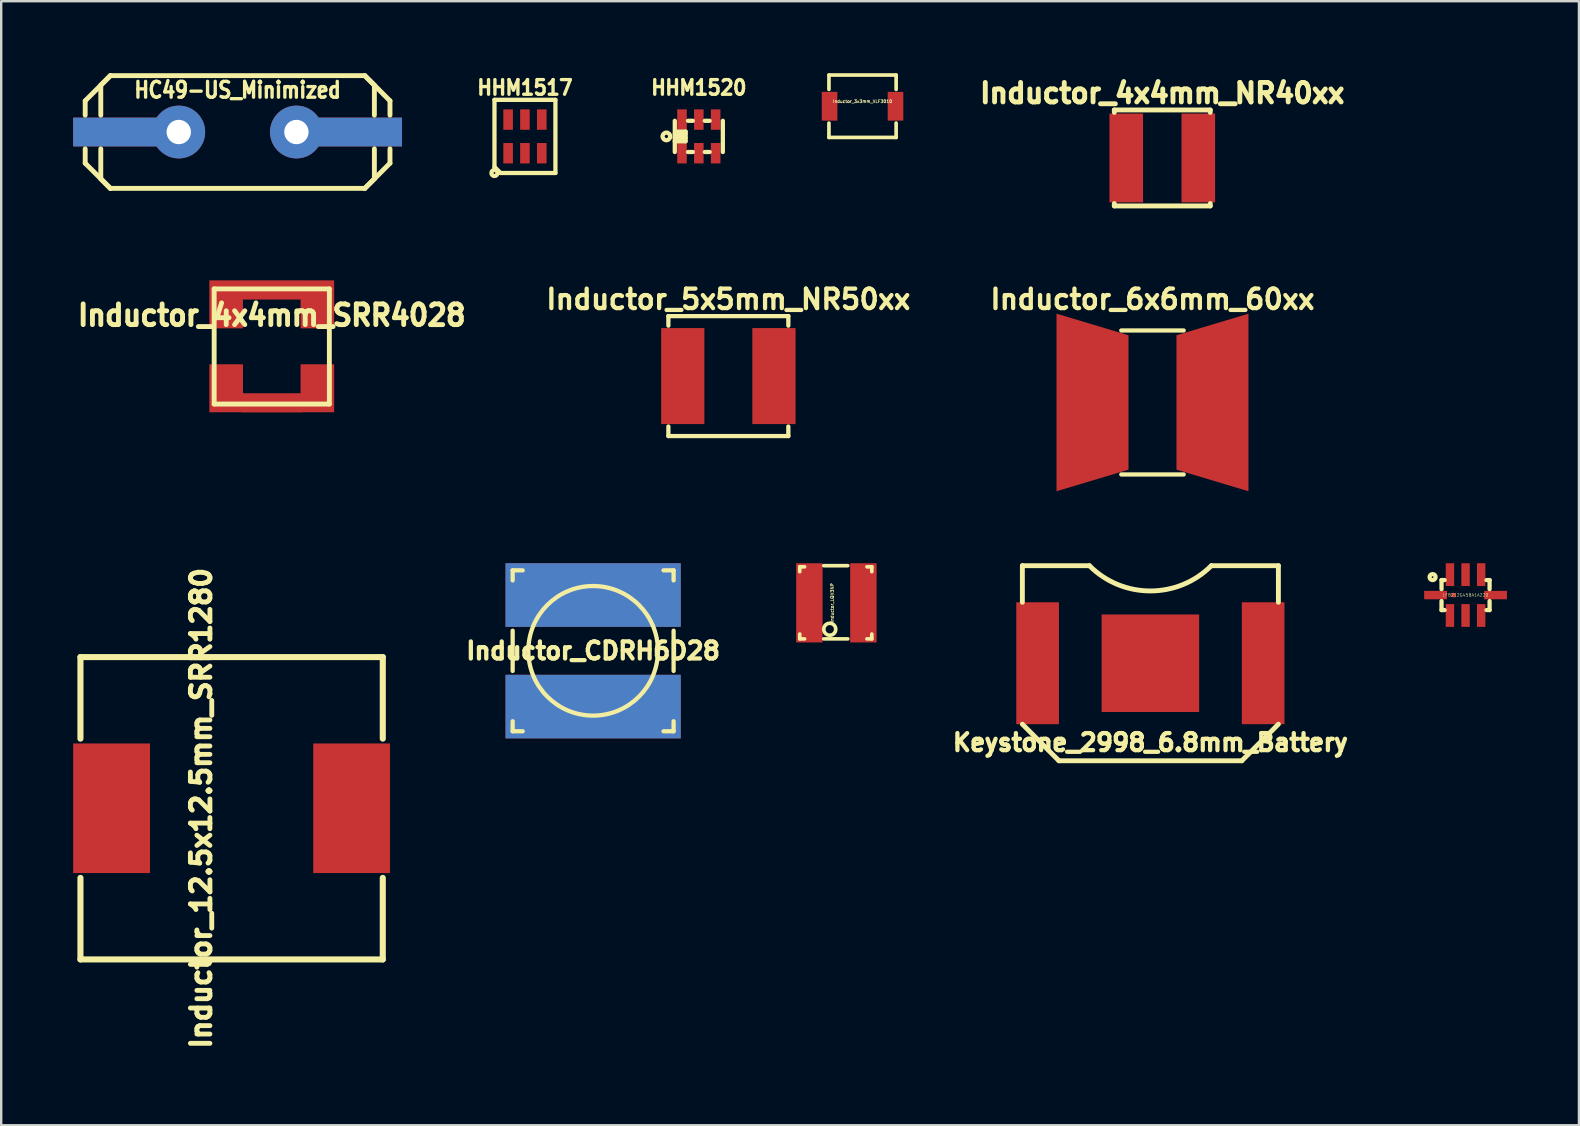
<source format=kicad_pcb>
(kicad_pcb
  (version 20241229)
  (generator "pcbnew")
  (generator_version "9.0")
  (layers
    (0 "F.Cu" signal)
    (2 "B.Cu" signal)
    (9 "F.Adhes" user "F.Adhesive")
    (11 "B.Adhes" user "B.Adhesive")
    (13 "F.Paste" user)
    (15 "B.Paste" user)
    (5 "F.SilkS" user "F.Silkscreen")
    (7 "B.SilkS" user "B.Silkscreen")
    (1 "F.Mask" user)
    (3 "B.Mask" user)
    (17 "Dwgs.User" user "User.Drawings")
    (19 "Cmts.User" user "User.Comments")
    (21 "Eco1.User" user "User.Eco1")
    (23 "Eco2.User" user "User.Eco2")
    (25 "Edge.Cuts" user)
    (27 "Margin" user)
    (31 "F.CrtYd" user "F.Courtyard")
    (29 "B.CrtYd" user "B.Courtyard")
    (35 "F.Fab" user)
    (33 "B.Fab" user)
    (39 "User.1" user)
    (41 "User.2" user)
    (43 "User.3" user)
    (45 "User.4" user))
  (footprint "LFB212G45BA1A220"
    (layer "F.Cu")
    (at 58.018 21.746)
    (property "Reference" "LFB212G45BA1A220" (at 0 0 0) (layer "F.SilkS") (effects (font (size 0.127 0.127) (thickness 0.013))))
    (attr smd)
    (fp_line (start -1.001 -0.625) (end -1.001 -0.249) (stroke (width 0.178) (type solid)) (layer "F.SilkS"))
    (fp_line (start -1.001 0.249) (end -1.001 0.625) (stroke (width 0.178) (type solid)) (layer "F.SilkS"))
    (fp_line (start -1.001 0.625) (end -0.874 0.625) (stroke (width 0.178) (type solid)) (layer "F.SilkS"))
    (fp_line (start -0.874 -0.625) (end -1.001 -0.625) (stroke (width 0.178) (type solid)) (layer "F.SilkS"))
    (fp_line (start 1.001 -0.625) (end 0.874 -0.625) (stroke (width 0.178) (type solid)) (layer "F.SilkS"))
    (fp_line (start 1.001 -0.249) (end 1.001 -0.625) (stroke (width 0.178) (type solid)) (layer "F.SilkS"))
    (fp_line (start 1.001 0.249) (end 1.001 0.625) (stroke (width 0.178) (type solid)) (layer "F.SilkS"))
    (fp_line (start 1.001 0.625) (end 0.874 0.625) (stroke (width 0.178) (type solid)) (layer "F.SilkS"))
    (fp_circle (center -1.374 -0.749) (end -1.499 -0.749) (stroke (width 0.178) (type solid)) (fill no) (layer "F.SilkS"))
    (pad "1" smd rect (at -0.65 -0.851) (size 0.351 0.95) (layers "F.Cu" "F.Mask" "F.Paste"))
    (pad "2" smd rect (at 0 -0.851) (size 0.351 0.95) (layers "F.Cu" "F.Mask" "F.Paste"))
    (pad "3" smd rect (at 0.65 -0.851) (size 0.351 0.95) (layers "F.Cu" "F.Mask" "F.Paste"))
    (pad "4" smd rect (at 1.25 0) (size 0.95 0.351) (layers "F.Cu" "F.Mask" "F.Paste"))
    (pad "5" smd rect (at 0.65 0.851) (size 0.351 0.95) (layers "F.Cu" "F.Mask" "F.Paste"))
    (pad "6" smd rect (at 0 0.851) (size 0.351 0.95) (layers "F.Cu" "F.Mask" "F.Paste"))
    (pad "7" smd rect (at -0.65 0.851) (size 0.351 0.95) (layers "F.Cu" "F.Mask" "F.Paste"))
    (pad "8" smd rect (at -1.25 0) (size 0.95 0.351) (layers "F.Cu" "F.Mask" "F.Paste"))
    (pad "9" smd rect (at -0.5 0) (size 0.178 0.178) (layers "F.Cu")))
  (footprint "Inductor_CDRH6D28"
    (layer "F.Cu")
    (at 21.665 24.069)
    (property "Reference" "Inductor_CDRH6D28" (at 0 0 0) (layer "F.SilkS") (effects (font (size 0.711 0.711) (thickness 0.178))))
    (attr smd)
    (fp_line (start -3.353 -3.353) (end -3.353 -2.934) (stroke (width 0.178) (type solid)) (layer "F.SilkS"))
    (fp_line (start -3.353 -3.353) (end -2.934 -3.353) (stroke (width 0.178) (type solid)) (layer "F.SilkS"))
    (fp_line (start -3.353 -0.838) (end -3.353 0.838) (stroke (width 0.178) (type solid)) (layer "F.SilkS"))
    (fp_line (start -3.353 2.934) (end -3.353 3.353) (stroke (width 0.178) (type solid)) (layer "F.SilkS"))
    (fp_line (start -3.353 3.353) (end -2.934 3.353) (stroke (width 0.178) (type solid)) (layer "F.SilkS"))
    (fp_line (start 2.934 3.353) (end 3.353 3.353) (stroke (width 0.178) (type solid)) (layer "F.SilkS"))
    (fp_line (start 3.353 -3.353) (end 2.934 -3.353) (stroke (width 0.178) (type solid)) (layer "F.SilkS"))
    (fp_line (start 3.353 -2.934) (end 3.353 -3.353) (stroke (width 0.178) (type solid)) (layer "F.SilkS"))
    (fp_line (start 3.353 -0.838) (end 3.353 0.838) (stroke (width 0.178) (type solid)) (layer "F.SilkS"))
    (fp_line (start 3.353 3.353) (end 3.353 2.934) (stroke (width 0.178) (type solid)) (layer "F.SilkS"))
    (fp_circle (center 0 0) (end 0 -2.7) (stroke (width 0.178) (type solid)) (fill no) (layer "F.SilkS"))
    (pad "1" thru_hole rect (at 0 -2.324) (size 7.3 2.649) (drill 0.000001) (layers "F.Cu" "F.Mask" "F.Paste"))
    (pad "2" thru_hole rect (at 0 2.324) (size 7.3 2.649) (drill 0.000001) (layers "F.Cu" "F.Mask" "F.Paste")))
  (footprint "HC49-US_Minimized"
    (layer "F.Cu")
    (at 6.85 2.451)
    (property "Reference" "HC49-US_Minimized" (at 0 -1.75 0) (layer "F.SilkS") (effects (font (size 0.66 0.559) (thickness 0.14))))
    (attr smd)
    (fp_line (start -6.35 -1.3) (end -6.35 -0.701) (stroke (width 0.203) (type solid)) (layer "F.SilkS"))
    (fp_line (start -6.35 1.3) (end -6.35 0.701) (stroke (width 0.203) (type solid)) (layer "F.SilkS"))
    (fp_line (start -5.7 -1.951) (end -5.7 -0.701) (stroke (width 0.203) (type solid)) (layer "F.SilkS"))
    (fp_line (start -5.7 1.951) (end -5.7 0.701) (stroke (width 0.203) (type solid)) (layer "F.SilkS"))
    (fp_line (start -5.7 1.951) (end -5.301 2.349) (stroke (width 0.203) (type solid)) (layer "F.SilkS"))
    (fp_line (start -5.301 -2.349) (end -6.35 -1.3) (stroke (width 0.203) (type solid)) (layer "F.SilkS"))
    (fp_line (start -5.301 -2.349) (end -5.7 -1.951) (stroke (width 0.203) (type solid)) (layer "F.SilkS"))
    (fp_line (start -5.301 -2.349) (end 5.301 -2.349) (stroke (width 0.203) (type solid)) (layer "F.SilkS"))
    (fp_line (start -5.301 2.349) (end -6.35 1.3) (stroke (width 0.203) (type solid)) (layer "F.SilkS"))
    (fp_line (start -5.301 2.349) (end 5.301 2.349) (stroke (width 0.203) (type solid)) (layer "F.SilkS"))
    (fp_line (start 5.301 -2.349) (end 5.7 -1.951) (stroke (width 0.203) (type solid)) (layer "F.SilkS"))
    (fp_line (start 5.301 -2.349) (end 6.35 -1.3) (stroke (width 0.203) (type solid)) (layer "F.SilkS"))
    (fp_line (start 5.301 2.349) (end 5.7 1.951) (stroke (width 0.203) (type solid)) (layer "F.SilkS"))
    (fp_line (start 5.301 2.349) (end 6.35 1.3) (stroke (width 0.203) (type solid)) (layer "F.SilkS"))
    (fp_line (start 5.7 -1.951) (end 5.7 -0.701) (stroke (width 0.203) (type solid)) (layer "F.SilkS"))
    (fp_line (start 5.7 1.951) (end 5.7 0.701) (stroke (width 0.203) (type solid)) (layer "F.SilkS"))
    (fp_line (start 6.35 -1.3) (end 6.35 -0.701) (stroke (width 0.203) (type solid)) (layer "F.SilkS"))
    (fp_line (start 6.35 1.3) (end 6.35 0.701) (stroke (width 0.203) (type solid)) (layer "F.SilkS"))
    (pad "1" thru_hole rect (at -4.6 0) (size 4.501 1.199) (drill 0.000001) (layers "F.Cu" "F.Mask" "F.Paste"))
    (pad "1" thru_hole circle (at -2.451 0) (size 2.2 2.2) (drill 1.016) (layers "*.Cu" "*.Mask"))
    (pad "2" thru_hole circle (at 2.451 0) (size 2.2 2.2) (drill 1.016) (layers "*.Cu" "*.Mask"))
    (pad "2" thru_hole rect (at 4.6 0) (size 4.501 1.199) (drill 0.000001) (layers "F.Cu" "F.Mask" "F.Paste")))
  (footprint "Inductor_12.5x12.5mm_SRR1280"
    (layer "F.Cu")
    (at 6.601 30.629)
    (property "Reference" "Inductor_12.5x12.5mm_SRR1280" (at -1.27 0 90) (layer "F.SilkS") (effects (font (size 0.813 0.813) (thickness 0.203))))
    (attr through_hole)
    (fp_line (start -6.299 -6.299) (end -6.299 -2.901) (stroke (width 0.254) (type solid)) (layer "F.SilkS"))
    (fp_line (start -6.299 -6.299) (end 6.299 -6.299) (stroke (width 0.254) (type solid)) (layer "F.SilkS"))
    (fp_line (start -6.299 6.299) (end -6.299 2.901) (stroke (width 0.254) (type solid)) (layer "F.SilkS"))
    (fp_line (start -6.299 6.299) (end 6.299 6.299) (stroke (width 0.254) (type solid)) (layer "F.SilkS"))
    (fp_line (start 6.299 -6.299) (end 6.299 -2.901) (stroke (width 0.254) (type solid)) (layer "F.SilkS"))
    (fp_line (start 6.299 6.299) (end 6.299 2.901) (stroke (width 0.254) (type solid)) (layer "F.SilkS"))
    (pad "1" smd rect (at -5.001 0) (size 3.2 5.4) (layers "F.Cu" "F.Mask" "F.Paste"))
    (pad "2" smd rect (at 5.001 0) (size 3.2 5.4) (layers "F.Cu" "F.Mask" "F.Paste")))
  (footprint "Inductor_3x3mm_VLF3010"
    (layer "F.Cu")
    (at 32.891 1.377)
    (property "Reference" "Inductor_3x3mm_VLF3010" (at 0 -0.201 0) (layer "F.SilkS") (effects (font (size 0.127 0.127) (thickness 0.025))))
    (attr smd)
    (fp_line (start -1.4 -1.3) (end -1.4 -0.701) (stroke (width 0.152) (type solid)) (layer "F.SilkS"))
    (fp_line (start -1.4 1.3) (end -1.4 0.701) (stroke (width 0.152) (type solid)) (layer "F.SilkS"))
    (fp_line (start -1.4 1.3) (end 1.4 1.3) (stroke (width 0.152) (type solid)) (layer "F.SilkS"))
    (fp_line (start 1.4 -1.3) (end -1.4 -1.3) (stroke (width 0.152) (type solid)) (layer "F.SilkS"))
    (fp_line (start 1.4 -1.3) (end 1.4 -0.701) (stroke (width 0.152) (type solid)) (layer "F.SilkS"))
    (fp_line (start 1.4 1.3) (end 1.4 0.701) (stroke (width 0.152) (type solid)) (layer "F.SilkS"))
    (pad "1" smd rect (at -1.374 0) (size 0.65 1.199) (layers "F.Cu" "F.Mask" "F.Paste"))
    (pad "2" smd rect (at 1.374 0) (size 0.65 1.199) (layers "F.Cu" "F.Mask" "F.Paste")))
  (footprint "HHM1517"
    (layer "F.Cu")
    (at 18.824 2.634)
    (property "Reference" "HHM1517" (at 0 -2.032 0) (layer "F.SilkS") (effects (font (size 0.61 0.559) (thickness 0.14))))
    (attr smd)
    (fp_line (start -1.27 -1.524) (end 1.27 -1.524) (stroke (width 0.178) (type solid)) (layer "F.SilkS"))
    (fp_line (start -1.27 1.27) (end -1.27 -1.524) (stroke (width 0.178) (type solid)) (layer "F.SilkS"))
    (fp_line (start -1.016 1.524) (end -1.27 1.27) (stroke (width 0.178) (type solid)) (layer "F.SilkS"))
    (fp_line (start 1.27 -1.524) (end 1.27 1.524) (stroke (width 0.178) (type solid)) (layer "F.SilkS"))
    (fp_line (start 1.27 1.524) (end -1.016 1.524) (stroke (width 0.178) (type solid)) (layer "F.SilkS"))
    (fp_circle (center -1.27 1.524) (end -1.397 1.524) (stroke (width 0.178) (type solid)) (fill no) (layer "F.SilkS"))
    (pad "1" smd rect (at -0.701 0.701) (size 0.399 0.851) (layers "F.Cu" "F.Mask" "F.Paste"))
    (pad "2" smd rect (at 0 0.701) (size 0.399 0.851) (layers "F.Cu" "F.Mask" "F.Paste"))
    (pad "3" smd rect (at 0.701 0.701) (size 0.399 0.851) (layers "F.Cu" "F.Mask" "F.Paste"))
    (pad "4" smd rect (at 0.701 -0.701) (size 0.399 0.851) (layers "F.Cu" "F.Mask" "F.Paste"))
    (pad "5" smd rect (at 0 -0.701) (size 0.399 0.851) (layers "F.Cu" "F.Mask" "F.Paste"))
    (pad "6" smd rect (at -0.701 -0.701) (size 0.399 0.851) (layers "F.Cu" "F.Mask" "F.Paste")))
  (footprint "Inductor_5x5mm_NR50xx"
    (layer "F.Cu")
    (at 27.3 12.621)
    (property "Reference" "Inductor_5x5mm_NR50xx" (at 0 -3.2 0) (layer "F.SilkS") (effects (font (size 0.813 0.813) (thickness 0.178))))
    (attr through_hole)
    (fp_line (start -2.499 -2.499) (end -2.499 -2.101) (stroke (width 0.178) (type solid)) (layer "F.SilkS"))
    (fp_line (start -2.499 2.499) (end -2.499 2.101) (stroke (width 0.178) (type solid)) (layer "F.SilkS"))
    (fp_line (start -2.499 2.499) (end 2.499 2.499) (stroke (width 0.178) (type solid)) (layer "F.SilkS"))
    (fp_line (start 2.499 -2.499) (end -2.499 -2.499) (stroke (width 0.178) (type solid)) (layer "F.SilkS"))
    (fp_line (start 2.499 -2.499) (end 2.499 -2.101) (stroke (width 0.178) (type solid)) (layer "F.SilkS"))
    (fp_line (start 2.499 2.499) (end 2.499 2.101) (stroke (width 0.178) (type solid)) (layer "F.SilkS"))
    (pad "1" smd rect (at -1.9 0) (size 1.801 4) (layers "F.Cu" "F.Mask" "F.Paste"))
    (pad "2" smd rect (at 1.9 0) (size 1.801 4) (layers "F.Cu" "F.Mask" "F.Paste")))
  (footprint "Inductor_6x6mm_60xx"
    (layer "F.Cu")
    (at 44.973 13.72)
    (property "Reference" "Inductor_6x6mm_60xx" (at 0 -4.3 0) (layer "F.SilkS") (effects (font (size 0.813 0.813) (thickness 0.178))))
    (attr smd)
    (fp_line (start -1.3 3) (end 1.3 3) (stroke (width 0.178) (type solid)) (layer "F.SilkS"))
    (fp_line (start 1.3 -3) (end -1.3 -3) (stroke (width 0.178) (type solid)) (layer "F.SilkS"))
    (pad "1" smd trapezoid (at -2.499 0) (size 3 6.5) (rect_delta 0.899 0) (layers "F.Cu" "F.Mask" "F.Paste"))
    (pad "2" smd trapezoid (at 2.499 0 180) (size 3 6.5) (rect_delta 0.899 0) (layers "F.Cu" "F.Mask" "F.Paste")))
  (footprint "HHM1520"
    (layer "F.Cu")
    (at 26.069 2.634)
    (property "Reference" "HHM1520" (at 0 -2.032 0) (layer "F.SilkS") (effects (font (size 0.61 0.559) (thickness 0.14))))
    (attr smd)
    (fp_line (start -1.001 -0.65) (end -1.001 0.65) (stroke (width 0.178) (type solid)) (layer "F.SilkS"))
    (fp_line (start -1.001 0.051) (end -0.551 0.051) (stroke (width 0.178) (type solid)) (layer "F.SilkS"))
    (fp_line (start -0.95 -0.201) (end -0.551 -0.201) (stroke (width 0.178) (type solid)) (layer "F.SilkS"))
    (fp_line (start -0.551 -0.201) (end -0.551 0.201) (stroke (width 0.178) (type solid)) (layer "F.SilkS"))
    (fp_line (start -0.551 -0.099) (end -1.001 -0.099) (stroke (width 0.178) (type solid)) (layer "F.SilkS"))
    (fp_line (start -0.551 0.201) (end -1.001 0.201) (stroke (width 0.178) (type solid)) (layer "F.SilkS"))
    (fp_line (start -0.45 -0.65) (end -0.249 -0.65) (stroke (width 0.178) (type solid)) (layer "F.SilkS"))
    (fp_line (start -0.45 0.65) (end -0.249 0.65) (stroke (width 0.178) (type solid)) (layer "F.SilkS"))
    (fp_line (start 0.249 -0.65) (end 0.45 -0.65) (stroke (width 0.178) (type solid)) (layer "F.SilkS"))
    (fp_line (start 0.249 0.65) (end 0.45 0.65) (stroke (width 0.178) (type solid)) (layer "F.SilkS"))
    (fp_line (start 1.001 -0.65) (end 1.001 0.65) (stroke (width 0.178) (type solid)) (layer "F.SilkS"))
    (fp_circle (center -1.351 0) (end -1.201 0.051) (stroke (width 0.178) (type solid)) (fill no) (layer "F.SilkS"))
    (pad "1" smd rect (at -0.701 0.701) (size 0.399 0.851) (layers "F.Cu" "F.Mask" "F.Paste"))
    (pad "2" smd rect (at 0 0.701) (size 0.399 0.851) (layers "F.Cu" "F.Mask" "F.Paste"))
    (pad "3" smd rect (at 0.701 0.701) (size 0.399 0.851) (layers "F.Cu" "F.Mask" "F.Paste"))
    (pad "4" smd rect (at 0.701 -0.701) (size 0.399 0.851) (layers "F.Cu" "F.Mask" "F.Paste"))
    (pad "5" smd rect (at 0 -0.701) (size 0.399 0.851) (layers "F.Cu" "F.Mask" "F.Paste"))
    (pad "6" smd rect (at -0.701 -0.701) (size 0.399 0.851) (layers "F.Cu" "F.Mask" "F.Paste")))
  (footprint "Inductor_4x4mm_SRR4028"
    (layer "F.Cu")
    (at 8.274 11.387)
    (property "Reference" "Inductor_4x4mm_SRR4028" (at 0 -1.3 0) (layer "F.SilkS") (effects (font (size 0.864 0.813) (thickness 0.203))))
    (attr through_hole)
    (fp_line (start -2.4 -2.4) (end -2.4 2.4) (stroke (width 0.203) (type solid)) (layer "F.SilkS"))
    (fp_line (start -2.4 2.4) (end 2.4 2.4) (stroke (width 0.203) (type solid)) (layer "F.SilkS"))
    (fp_line (start 2.4 -2.4) (end -2.4 -2.4) (stroke (width 0.203) (type solid)) (layer "F.SilkS"))
    (fp_line (start 2.4 2.4) (end 2.4 -2.4) (stroke (width 0.203) (type solid)) (layer "F.SilkS"))
    (pad "1" smd rect (at -1.9 -1.755) (size 1.4 1.999) (layers "F.Cu" "F.Mask" "F.Paste"))
    (pad "1" smd rect (at 0 -2.355) (size 2.451 0.8) (layers "F.Cu" "F.Mask" "F.Paste"))
    (pad "1" smd rect (at 1.9 -1.755) (size 1.4 1.999) (layers "F.Cu" "F.Mask" "F.Paste"))
    (pad "2" smd rect (at -1.9 1.742) (size 1.4 1.999) (layers "F.Cu" "F.Mask" "F.Paste"))
    (pad "2" smd rect (at 0 2.349) (size 2.451 0.8) (layers "F.Cu" "F.Mask" "F.Paste"))
    (pad "2" smd rect (at 1.9 1.742) (size 1.4 1.999) (layers "F.Cu" "F.Mask" "F.Paste")))
  (footprint "Inductor_LQH3NP"
    (layer "F.Cu")
    (at 31.776 22.07)
    (property "Reference" "Inductor_LQH3NP" (at -0.15 0 90) (layer "F.SilkS") (effects (font (size 0.127 0.127) (thickness 0.025))))
    (attr smd)
    (fp_line (start -1.501 -1.501) (end -1.501 -1.3) (stroke (width 0.152) (type solid)) (layer "F.SilkS"))
    (fp_line (start -1.501 -1.501) (end -1.3 -1.501) (stroke (width 0.152) (type solid)) (layer "F.SilkS"))
    (fp_line (start -1.501 1.501) (end -1.501 1.3) (stroke (width 0.152) (type solid)) (layer "F.SilkS"))
    (fp_line (start -1.501 1.501) (end -1.3 1.501) (stroke (width 0.152) (type solid)) (layer "F.SilkS"))
    (fp_line (start -0.5 -1.549) (end 0.5 -1.549) (stroke (width 0.152) (type solid)) (layer "F.SilkS"))
    (fp_line (start -0.5 1.501) (end 0.5 1.501) (stroke (width 0.152) (type solid)) (layer "F.SilkS"))
    (fp_line (start 1.501 -1.501) (end 1.3 -1.501) (stroke (width 0.152) (type solid)) (layer "F.SilkS"))
    (fp_line (start 1.501 -1.501) (end 1.501 -1.3) (stroke (width 0.152) (type solid)) (layer "F.SilkS"))
    (fp_line (start 1.501 1.501) (end 1.3 1.501) (stroke (width 0.152) (type solid)) (layer "F.SilkS"))
    (fp_line (start 1.501 1.501) (end 1.501 1.3) (stroke (width 0.152) (type solid)) (layer "F.SilkS"))
    (fp_circle (center -0.251 1.1) (end -0.45 1.25) (stroke (width 0.152) (type solid)) (fill no) (layer "F.SilkS"))
    (pad "1" smd rect (at -1.1 0) (size 1.1 3.299) (layers "F.Cu" "F.Mask" "F.Paste"))
    (pad "2" smd rect (at 1.151 0) (size 1.1 3.299) (layers "F.Cu" "F.Mask" "F.Paste")))
  (footprint "Keystone_2998_6.8mm_Battery"
    (layer "F.Cu")
    (at 44.885 24.586)
    (property "Reference" "Keystone_2998_6.8mm_Battery" (at 0 3.302 0) (layer "F.SilkS") (effects (font (size 0.711 0.711) (thickness 0.178))))
    (attr through_hole)
    (fp_line (start -5.334 -4.064) (end -5.334 -2.54) (stroke (width 0.203) (type solid)) (layer "F.SilkS"))
    (fp_line (start -5.334 2.54) (end -3.81 4.064) (stroke (width 0.203) (type solid)) (layer "F.SilkS"))
    (fp_line (start -3.81 4.064) (end 3.81 4.064) (stroke (width 0.203) (type solid)) (layer "F.SilkS"))
    (fp_line (start -2.54 -4.064) (end -5.334 -4.064) (stroke (width 0.203) (type solid)) (layer "F.SilkS"))
    (fp_line (start 2.54 -4.064) (end 5.334 -4.064) (stroke (width 0.203) (type solid)) (layer "F.SilkS"))
    (fp_line (start 5.334 -4.064) (end 5.334 -2.54) (stroke (width 0.203) (type solid)) (layer "F.SilkS"))
    (fp_line (start 5.334 2.54) (end 3.81 4.064) (stroke (width 0.203) (type solid)) (layer "F.SilkS"))
    (fp_arc (start 2.54 -4.064) (mid 0 -3.011898) (end -2.54 -4.064) (stroke (width 0.2032) (type solid)) (layer "F.SilkS"))
    (pad "1" smd rect (at -4.699 0) (size 1.778 5.08) (layers "F.Cu" "F.Mask" "F.Paste"))
    (pad "1" smd rect (at 4.699 0) (size 1.778 5.08) (layers "F.Cu" "F.Mask" "F.Paste"))
    (pad "2" smd rect (at 0 0) (size 4.064 4.064) (layers "F.Cu" "F.Mask" "F.Paste")))
  (footprint "Inductor_4x4mm_NR40xx"
    (layer "F.Cu")
    (at 45.381 3.532)
    (property "Reference" "Inductor_4x4mm_NR40xx" (at 0 -2.7 0) (layer "F.SilkS") (effects (font (size 0.813 0.813) (thickness 0.203))))
    (attr through_hole)
    (fp_line (start -1.999 -1.999) (end -1.999 -1.9) (stroke (width 0.203) (type solid)) (layer "F.SilkS"))
    (fp_line (start -1.999 1.999) (end -1.999 1.9) (stroke (width 0.203) (type solid)) (layer "F.SilkS"))
    (fp_line (start -1.999 1.999) (end 1.999 1.999) (stroke (width 0.203) (type solid)) (layer "F.SilkS"))
    (fp_line (start 1.999 -1.999) (end -1.999 -1.999) (stroke (width 0.203) (type solid)) (layer "F.SilkS"))
    (fp_line (start 1.999 -1.999) (end 1.999 -1.9) (stroke (width 0.203) (type solid)) (layer "F.SilkS"))
    (fp_line (start 1.999 1.999) (end 1.999 1.9) (stroke (width 0.203) (type solid)) (layer "F.SilkS"))
    (pad "1" smd rect (at -1.501 0) (size 1.4 3.701) (layers "F.Cu" "F.Mask" "F.Paste"))
    (pad "2" smd rect (at 1.501 0) (size 1.4 3.701) (layers "F.Cu" "F.Mask" "F.Paste")))
  (gr_rect
    (start -3 -3)
    (end 62.743 43.839)
    (stroke (width 0.1) (type default))
    (fill no)
    (layer "Edge.Cuts")))
</source>
